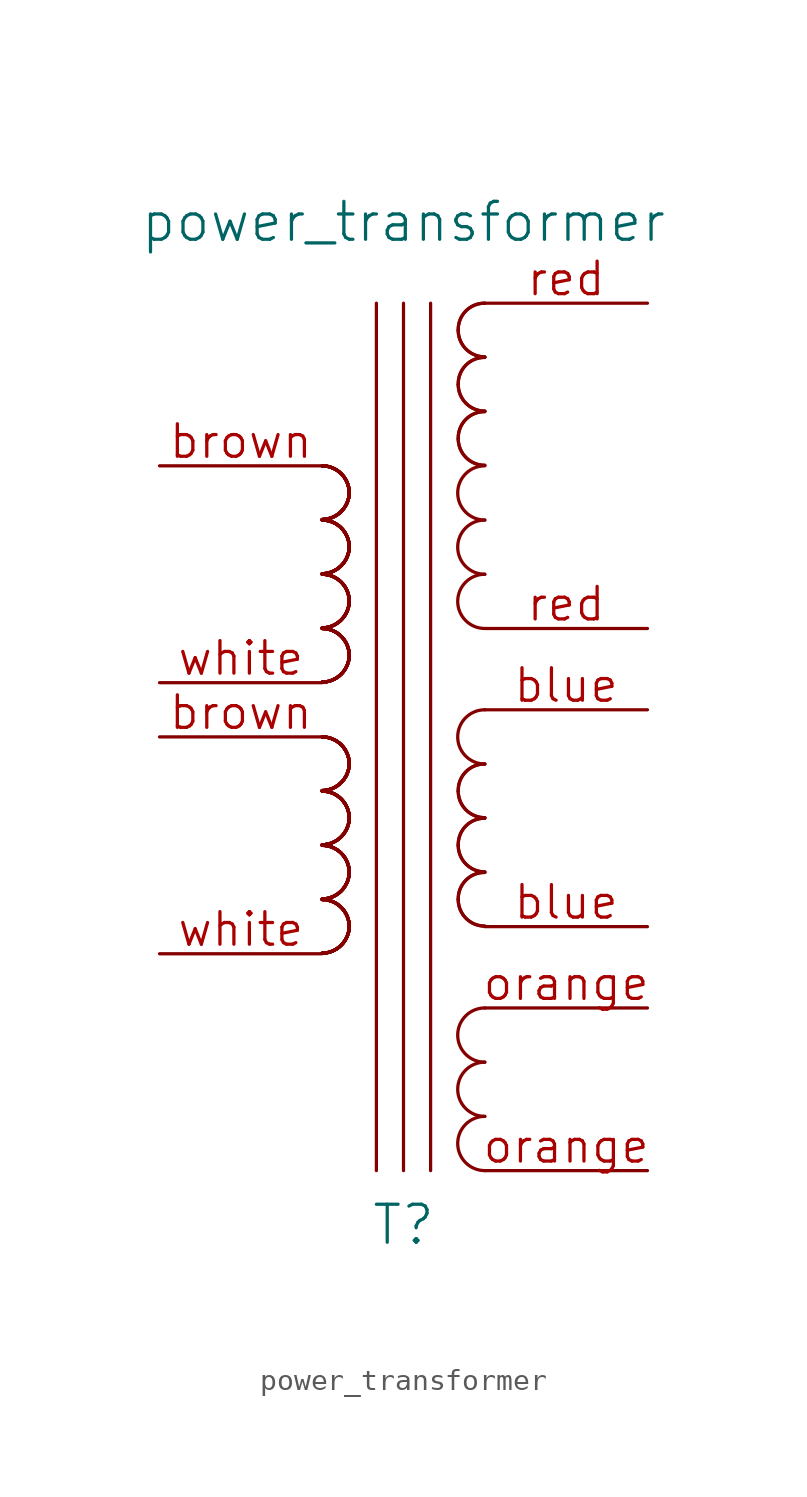
<source format=kicad_sym>
(kicad_symbol_lib
  (version 20211014)
  (generator kicad_symbol_editor)
  (symbol "power_transformer"
    (pin_names
      (offset 1.016) hide)
    (property "Reference" "T"
      (at -1.27 -25.4 0)
      (effects (font (size 1.778 1.778))))
    (property "Value" "power_transformer"
      (at -1.27 21.59 0)
      (effects (font (size 1.778 1.778))))
    (property "Footprint" ""
      (at -1.27 0 0)
      (effects (font (size 1.524 1.524))))
    (property "Datasheet" ""
      (at -1.27 0 0)
      (effects (font (size 1.524 1.524))))
    (symbol "power_transformer_0_1"
      (arc (start -5.08 0.0254) (mid -4.1999 0.3899) (end -3.81 1.27) (stroke (width 0) (type default) (color 0 0 0 0)) (fill (type none)))
      (arc (start -5.08 0.0254) (mid -4.1999 0.3899) (end -3.81 1.27) (stroke (width 0) (type default) (color 0 0 0 0)) (fill (type none)))
      (arc (start -5.08 0.0254) (mid -4.1999 0.3899) (end -3.81 1.27) (stroke (width 0) (type default) (color 0 0 0 0)) (fill (type none)))
      (arc (start -5.08 0.0254) (mid -4.1999 0.3899) (end -3.81 1.27) (stroke (width 0) (type default) (color 0 0 0 0)) (fill (type none)))
      (arc (start -5.08 0.0254) (mid -4.1999 0.3899) (end -3.81 1.27) (stroke (width 0) (type default) (color 0 0 0 0)) (fill (type none)))
      (arc (start -5.08 0.0254) (mid -4.1999 0.3899) (end -3.81 1.27) (stroke (width 0) (type default) (color 0 0 0 0)) (fill (type none)))
      (arc (start -5.08 0.0254) (mid -4.1999 0.3899) (end -3.81 1.27) (stroke (width 0) (type default) (color 0 0 0 0)) (fill (type none)))
      (arc (start -5.08 0.0254) (mid -4.1999 0.3899) (end -3.81 1.27) (stroke (width 0) (type default) (color 0 0 0 0)) (fill (type none)))
      (arc (start -5.08 2.5654) (mid -4.1999 2.9299) (end -3.81 3.81) (stroke (width 0) (type default) (color 0 0 0 0)) (fill (type none)))
      (arc (start -5.08 2.5654) (mid -4.1999 2.9299) (end -3.81 3.81) (stroke (width 0) (type default) (color 0 0 0 0)) (fill (type none)))
      (arc (start -5.08 2.5654) (mid -4.1999 2.9299) (end -3.81 3.81) (stroke (width 0) (type default) (color 0 0 0 0)) (fill (type none)))
      (arc (start -5.08 2.5654) (mid -4.1999 2.9299) (end -3.81 3.81) (stroke (width 0) (type default) (color 0 0 0 0)) (fill (type none)))
      (arc (start -5.08 2.5654) (mid -4.1999 2.9299) (end -3.81 3.81) (stroke (width 0) (type default) (color 0 0 0 0)) (fill (type none)))
      (arc (start -5.08 2.5654) (mid -4.1999 2.9299) (end -3.81 3.81) (stroke (width 0) (type default) (color 0 0 0 0)) (fill (type none)))
      (arc (start -5.08 2.5654) (mid -4.1999 2.9299) (end -3.81 3.81) (stroke (width 0) (type default) (color 0 0 0 0)) (fill (type none)))
      (arc (start -5.08 2.5654) (mid -4.1999 2.9299) (end -3.81 3.81) (stroke (width 0) (type default) (color 0 0 0 0)) (fill (type none)))
      (arc (start -5.08 5.1054) (mid -4.1999 5.4699) (end -3.81 6.35) (stroke (width 0) (type default) (color 0 0 0 0)) (fill (type none)))
      (arc (start -5.08 5.1054) (mid -4.1999 5.4699) (end -3.81 6.35) (stroke (width 0) (type default) (color 0 0 0 0)) (fill (type none)))
      (arc (start -5.08 5.1054) (mid -4.1999 5.4699) (end -3.81 6.35) (stroke (width 0) (type default) (color 0 0 0 0)) (fill (type none)))
      (arc (start -5.08 5.1054) (mid -4.1999 5.4699) (end -3.81 6.35) (stroke (width 0) (type default) (color 0 0 0 0)) (fill (type none)))
      (arc (start -5.08 5.1054) (mid -4.1999 5.4699) (end -3.81 6.35) (stroke (width 0) (type default) (color 0 0 0 0)) (fill (type none)))
      (arc (start -5.08 5.1054) (mid -4.1999 5.4699) (end -3.81 6.35) (stroke (width 0) (type default) (color 0 0 0 0)) (fill (type none)))
      (arc (start -5.08 5.1054) (mid -4.1999 5.4699) (end -3.81 6.35) (stroke (width 0) (type default) (color 0 0 0 0)) (fill (type none)))
      (arc (start -5.08 5.1054) (mid -4.1999 5.4699) (end -3.81 6.35) (stroke (width 0) (type default) (color 0 0 0 0)) (fill (type none)))
      (arc (start -5.08 7.6454) (mid -4.1999 8.0099) (end -3.81 8.89) (stroke (width 0) (type default) (color 0 0 0 0)) (fill (type none)))
      (arc (start -5.08 7.6454) (mid -4.1999 8.0099) (end -3.81 8.89) (stroke (width 0) (type default) (color 0 0 0 0)) (fill (type none)))
      (arc (start -5.08 7.6454) (mid -4.1999 8.0099) (end -3.81 8.89) (stroke (width 0) (type default) (color 0 0 0 0)) (fill (type none)))
      (arc (start -5.08 7.6454) (mid -4.1999 8.0099) (end -3.81 8.89) (stroke (width 0) (type default) (color 0 0 0 0)) (fill (type none)))
      (arc (start -5.08 7.6454) (mid -4.1999 8.0099) (end -3.81 8.89) (stroke (width 0) (type default) (color 0 0 0 0)) (fill (type none)))
      (arc (start -5.08 7.6454) (mid -4.1999 8.0099) (end -3.81 8.89) (stroke (width 0) (type default) (color 0 0 0 0)) (fill (type none)))
      (arc (start -5.08 7.6454) (mid -4.1999 8.0099) (end -3.81 8.89) (stroke (width 0) (type default) (color 0 0 0 0)) (fill (type none)))
      (arc (start -5.08 7.6454) (mid -4.1999 8.0099) (end -3.81 8.89) (stroke (width 0) (type default) (color 0 0 0 0)) (fill (type none)))
      (arc (start -3.81 1.27) (mid -4.182 2.168) (end -5.08 2.54) (stroke (width 0) (type default) (color 0 0 0 0)) (fill (type none)))
      (arc (start -3.81 1.27) (mid -4.182 2.168) (end -5.08 2.54) (stroke (width 0) (type default) (color 0 0 0 0)) (fill (type none)))
      (arc (start -3.81 1.27) (mid -4.182 2.168) (end -5.08 2.54) (stroke (width 0) (type default) (color 0 0 0 0)) (fill (type none)))
      (arc (start -3.81 1.27) (mid -4.182 2.168) (end -5.08 2.54) (stroke (width 0) (type default) (color 0 0 0 0)) (fill (type none)))
      (arc (start -3.81 1.27) (mid -4.182 2.168) (end -5.08 2.54) (stroke (width 0) (type default) (color 0 0 0 0)) (fill (type none)))
      (arc (start -3.81 1.27) (mid -4.182 2.168) (end -5.08 2.54) (stroke (width 0) (type default) (color 0 0 0 0)) (fill (type none)))
      (arc (start -3.81 1.27) (mid -4.182 2.168) (end -5.08 2.54) (stroke (width 0) (type default) (color 0 0 0 0)) (fill (type none)))
      (arc (start -3.81 1.27) (mid -4.182 2.168) (end -5.08 2.54) (stroke (width 0) (type default) (color 0 0 0 0)) (fill (type none)))
      (arc (start -3.81 3.81) (mid -4.182 4.708) (end -5.08 5.08) (stroke (width 0) (type default) (color 0 0 0 0)) (fill (type none)))
      (arc (start -3.81 3.81) (mid -4.182 4.708) (end -5.08 5.08) (stroke (width 0) (type default) (color 0 0 0 0)) (fill (type none)))
      (arc (start -3.81 3.81) (mid -4.182 4.708) (end -5.08 5.08) (stroke (width 0) (type default) (color 0 0 0 0)) (fill (type none)))
      (arc (start -3.81 3.81) (mid -4.182 4.708) (end -5.08 5.08) (stroke (width 0) (type default) (color 0 0 0 0)) (fill (type none)))
      (arc (start -3.81 3.81) (mid -4.182 4.708) (end -5.08 5.08) (stroke (width 0) (type default) (color 0 0 0 0)) (fill (type none)))
      (arc (start -3.81 3.81) (mid -4.182 4.708) (end -5.08 5.08) (stroke (width 0) (type default) (color 0 0 0 0)) (fill (type none)))
      (arc (start -3.81 3.81) (mid -4.182 4.708) (end -5.08 5.08) (stroke (width 0) (type default) (color 0 0 0 0)) (fill (type none)))
      (arc (start -3.81 3.81) (mid -4.182 4.708) (end -5.08 5.08) (stroke (width 0) (type default) (color 0 0 0 0)) (fill (type none)))
      (arc (start -3.81 6.35) (mid -4.182 7.248) (end -5.08 7.62) (stroke (width 0) (type default) (color 0 0 0 0)) (fill (type none)))
      (arc (start -3.81 6.35) (mid -4.182 7.248) (end -5.08 7.62) (stroke (width 0) (type default) (color 0 0 0 0)) (fill (type none)))
      (arc (start -3.81 6.35) (mid -4.182 7.248) (end -5.08 7.62) (stroke (width 0) (type default) (color 0 0 0 0)) (fill (type none)))
      (arc (start -3.81 6.35) (mid -4.182 7.248) (end -5.08 7.62) (stroke (width 0) (type default) (color 0 0 0 0)) (fill (type none)))
      (arc (start -3.81 6.35) (mid -4.182 7.248) (end -5.08 7.62) (stroke (width 0) (type default) (color 0 0 0 0)) (fill (type none)))
      (arc (start -3.81 6.35) (mid -4.182 7.248) (end -5.08 7.62) (stroke (width 0) (type default) (color 0 0 0 0)) (fill (type none)))
      (arc (start -3.81 6.35) (mid -4.182 7.248) (end -5.08 7.62) (stroke (width 0) (type default) (color 0 0 0 0)) (fill (type none)))
      (arc (start -3.81 6.35) (mid -4.182 7.248) (end -5.08 7.62) (stroke (width 0) (type default) (color 0 0 0 0)) (fill (type none)))
      (arc (start -3.81 8.89) (mid -4.182 9.788) (end -5.08 10.16) (stroke (width 0) (type default) (color 0 0 0 0)) (fill (type none)))
      (arc (start -3.81 8.89) (mid -4.182 9.788) (end -5.08 10.16) (stroke (width 0) (type default) (color 0 0 0 0)) (fill (type none)))
      (arc (start -3.81 8.89) (mid -4.182 9.788) (end -5.08 10.16) (stroke (width 0) (type default) (color 0 0 0 0)) (fill (type none)))
      (arc (start -3.81 8.89) (mid -4.182 9.788) (end -5.08 10.16) (stroke (width 0) (type default) (color 0 0 0 0)) (fill (type none)))
      (arc (start -3.81 8.89) (mid -4.182 9.788) (end -5.08 10.16) (stroke (width 0) (type default) (color 0 0 0 0)) (fill (type none)))
      (arc (start -3.81 8.89) (mid -4.182 9.788) (end -5.08 10.16) (stroke (width 0) (type default) (color 0 0 0 0)) (fill (type none)))
      (arc (start -3.81 8.89) (mid -4.182 9.788) (end -5.08 10.16) (stroke (width 0) (type default) (color 0 0 0 0)) (fill (type none)))
      (arc (start -3.81 8.89) (mid -4.182 9.788) (end -5.08 10.16) (stroke (width 0) (type default) (color 0 0 0 0)) (fill (type none)))
      (polyline (pts (xy -2.54 17.78) (xy -2.54 -22.86)) (stroke (width 0) (type default) (color 0 0 0 0)) (fill (type none)))
      (polyline (pts (xy -1.27 -22.86) (xy -1.27 17.78)) (stroke (width 0) (type default) (color 0 0 0 0)) (fill (type none)))
      (polyline (pts (xy 0 17.78) (xy 0 -22.86)) (stroke (width 0) (type default) (color 0 0 0 0)) (fill (type none)))
      (arc (start 1.2954 -10.16) (mid 1.6599 -11.0401) (end 2.54 -11.4046) (stroke (width 0) (type default) (color 0 0 0 0)) (fill (type none)))
      (arc (start 1.2954 -10.16) (mid 1.6599 -11.0401) (end 2.54 -11.4046) (stroke (width 0) (type default) (color 0 0 0 0)) (fill (type none)))
      (arc (start 1.2954 -7.62) (mid 1.6599 -8.5001) (end 2.54 -8.8646) (stroke (width 0) (type default) (color 0 0 0 0)) (fill (type none)))
      (arc (start 1.2954 -7.62) (mid 1.6599 -8.5001) (end 2.54 -8.8646) (stroke (width 0) (type default) (color 0 0 0 0)) (fill (type none)))
      (arc (start 1.2954 -5.08) (mid 1.6599 -5.9601) (end 2.54 -6.3246) (stroke (width 0) (type default) (color 0 0 0 0)) (fill (type none)))
      (arc (start 1.2954 -5.08) (mid 1.6599 -5.9601) (end 2.54 -6.3246) (stroke (width 0) (type default) (color 0 0 0 0)) (fill (type none)))
      (arc (start 1.2954 11.43) (mid 1.6599 10.5499) (end 2.54 10.1854) (stroke (width 0) (type default) (color 0 0 0 0)) (fill (type none)))
      (arc (start 1.2954 11.43) (mid 1.6599 10.5499) (end 2.54 10.1854) (stroke (width 0) (type default) (color 0 0 0 0)) (fill (type none)))
      (arc (start 1.2954 13.97) (mid 1.6599 13.0899) (end 2.54 12.7254) (stroke (width 0) (type default) (color 0 0 0 0)) (fill (type none)))
      (arc (start 1.2954 13.97) (mid 1.6599 13.0899) (end 2.54 12.7254) (stroke (width 0) (type default) (color 0 0 0 0)) (fill (type none)))
      (arc (start 1.2954 16.51) (mid 1.6599 15.6299) (end 2.54 15.2654) (stroke (width 0) (type default) (color 0 0 0 0)) (fill (type none)))
      (arc (start 1.2954 16.51) (mid 1.6599 15.6299) (end 2.54 15.2654) (stroke (width 0) (type default) (color 0 0 0 0)) (fill (type none)))
      (arc (start 2.54 -20.32) (mid 1.27 -21.59) (end 2.54 -22.86) (stroke (width 0) (type default) (color 0 0 0 0)) (fill (type none)))
      (arc (start 2.54 -17.78) (mid 1.27 -19.05) (end 2.54 -20.32) (stroke (width 0) (type default) (color 0 0 0 0)) (fill (type none)))
      (arc (start 2.54 -15.24) (mid 1.27 -16.51) (end 2.54 -17.78) (stroke (width 0) (type default) (color 0 0 0 0)) (fill (type none)))
      (arc (start 2.54 -8.89) (mid 1.642 -9.262) (end 1.2954 -10.16) (stroke (width 0) (type default) (color 0 0 0 0)) (fill (type none)))
      (arc (start 2.54 -8.89) (mid 1.642 -9.262) (end 1.2954 -10.16) (stroke (width 0) (type default) (color 0 0 0 0)) (fill (type none)))
      (arc (start 2.54 -6.35) (mid 1.642 -6.722) (end 1.2954 -7.62) (stroke (width 0) (type default) (color 0 0 0 0)) (fill (type none)))
      (arc (start 2.54 -6.35) (mid 1.642 -6.722) (end 1.2954 -7.62) (stroke (width 0) (type default) (color 0 0 0 0)) (fill (type none)))
      (arc (start 2.54 -3.81) (mid 1.642 -4.182) (end 1.2954 -5.08) (stroke (width 0) (type default) (color 0 0 0 0)) (fill (type none)))
      (arc (start 2.54 -3.81) (mid 1.642 -4.182) (end 1.2954 -5.08) (stroke (width 0) (type default) (color 0 0 0 0)) (fill (type none)))
      (arc (start 2.54 -1.27) (mid 1.27 -2.54) (end 2.54 -3.81) (stroke (width 0) (type default) (color 0 0 0 0)) (fill (type none)))
      (arc (start 2.54 5.08) (mid 1.27 3.81) (end 2.54 2.54) (stroke (width 0) (type default) (color 0 0 0 0)) (fill (type none)))
      (arc (start 2.54 7.62) (mid 1.27 6.35) (end 2.54 5.08) (stroke (width 0) (type default) (color 0 0 0 0)) (fill (type none)))
      (arc (start 2.54 10.16) (mid 1.27 8.89) (end 2.54 7.62) (stroke (width 0) (type default) (color 0 0 0 0)) (fill (type none)))
      (arc (start 2.54 12.7) (mid 1.642 12.328) (end 1.2954 11.43) (stroke (width 0) (type default) (color 0 0 0 0)) (fill (type none)))
      (arc (start 2.54 12.7) (mid 1.642 12.328) (end 1.2954 11.43) (stroke (width 0) (type default) (color 0 0 0 0)) (fill (type none)))
      (arc (start 2.54 15.24) (mid 1.642 14.868) (end 1.2954 13.97) (stroke (width 0) (type default) (color 0 0 0 0)) (fill (type none)))
      (arc (start 2.54 15.24) (mid 1.642 14.868) (end 1.2954 13.97) (stroke (width 0) (type default) (color 0 0 0 0)) (fill (type none)))
      (arc (start 2.54 17.78) (mid 1.642 17.408) (end 1.2954 16.51) (stroke (width 0) (type default) (color 0 0 0 0)) (fill (type none)))
      (arc (start 2.54 17.78) (mid 1.642 17.408) (end 1.2954 16.51) (stroke (width 0) (type default) (color 0 0 0 0)) (fill (type none))))
    (symbol "power_transformer_1_1"
      (arc (start -5.08 -12.6746) (mid -4.1999 -12.3101) (end -3.81 -11.43) (stroke (width 0) (type default) (color 0 0 0 0)) (fill (type none)))
      (arc (start -5.08 -12.6746) (mid -4.1999 -12.3101) (end -3.81 -11.43) (stroke (width 0) (type default) (color 0 0 0 0)) (fill (type none)))
      (arc (start -5.08 -12.6746) (mid -4.1999 -12.3101) (end -3.81 -11.43) (stroke (width 0) (type default) (color 0 0 0 0)) (fill (type none)))
      (arc (start -5.08 -12.6746) (mid -4.1999 -12.3101) (end -3.81 -11.43) (stroke (width 0) (type default) (color 0 0 0 0)) (fill (type none)))
      (arc (start -5.08 -12.6746) (mid -4.1999 -12.3101) (end -3.81 -11.43) (stroke (width 0) (type default) (color 0 0 0 0)) (fill (type none)))
      (arc (start -5.08 -12.6746) (mid -4.1999 -12.3101) (end -3.81 -11.43) (stroke (width 0) (type default) (color 0 0 0 0)) (fill (type none)))
      (arc (start -5.08 -12.6746) (mid -4.1999 -12.3101) (end -3.81 -11.43) (stroke (width 0) (type default) (color 0 0 0 0)) (fill (type none)))
      (arc (start -5.08 -12.6746) (mid -4.1999 -12.3101) (end -3.81 -11.43) (stroke (width 0) (type default) (color 0 0 0 0)) (fill (type none)))
      (arc (start -5.08 -10.1346) (mid -4.1999 -9.7701) (end -3.81 -8.89) (stroke (width 0) (type default) (color 0 0 0 0)) (fill (type none)))
      (arc (start -5.08 -10.1346) (mid -4.1999 -9.7701) (end -3.81 -8.89) (stroke (width 0) (type default) (color 0 0 0 0)) (fill (type none)))
      (arc (start -5.08 -10.1346) (mid -4.1999 -9.7701) (end -3.81 -8.89) (stroke (width 0) (type default) (color 0 0 0 0)) (fill (type none)))
      (arc (start -5.08 -10.1346) (mid -4.1999 -9.7701) (end -3.81 -8.89) (stroke (width 0) (type default) (color 0 0 0 0)) (fill (type none)))
      (arc (start -5.08 -10.1346) (mid -4.1999 -9.7701) (end -3.81 -8.89) (stroke (width 0) (type default) (color 0 0 0 0)) (fill (type none)))
      (arc (start -5.08 -10.1346) (mid -4.1999 -9.7701) (end -3.81 -8.89) (stroke (width 0) (type default) (color 0 0 0 0)) (fill (type none)))
      (arc (start -5.08 -10.1346) (mid -4.1999 -9.7701) (end -3.81 -8.89) (stroke (width 0) (type default) (color 0 0 0 0)) (fill (type none)))
      (arc (start -5.08 -10.1346) (mid -4.1999 -9.7701) (end -3.81 -8.89) (stroke (width 0) (type default) (color 0 0 0 0)) (fill (type none)))
      (arc (start -5.08 -7.5946) (mid -4.1999 -7.2301) (end -3.81 -6.35) (stroke (width 0) (type default) (color 0 0 0 0)) (fill (type none)))
      (arc (start -5.08 -7.5946) (mid -4.1999 -7.2301) (end -3.81 -6.35) (stroke (width 0) (type default) (color 0 0 0 0)) (fill (type none)))
      (arc (start -5.08 -7.5946) (mid -4.1999 -7.2301) (end -3.81 -6.35) (stroke (width 0) (type default) (color 0 0 0 0)) (fill (type none)))
      (arc (start -5.08 -7.5946) (mid -4.1999 -7.2301) (end -3.81 -6.35) (stroke (width 0) (type default) (color 0 0 0 0)) (fill (type none)))
      (arc (start -5.08 -7.5946) (mid -4.1999 -7.2301) (end -3.81 -6.35) (stroke (width 0) (type default) (color 0 0 0 0)) (fill (type none)))
      (arc (start -5.08 -7.5946) (mid -4.1999 -7.2301) (end -3.81 -6.35) (stroke (width 0) (type default) (color 0 0 0 0)) (fill (type none)))
      (arc (start -5.08 -7.5946) (mid -4.1999 -7.2301) (end -3.81 -6.35) (stroke (width 0) (type default) (color 0 0 0 0)) (fill (type none)))
      (arc (start -5.08 -7.5946) (mid -4.1999 -7.2301) (end -3.81 -6.35) (stroke (width 0) (type default) (color 0 0 0 0)) (fill (type none)))
      (arc (start -5.08 -5.0546) (mid -4.1999 -4.6901) (end -3.81 -3.81) (stroke (width 0) (type default) (color 0 0 0 0)) (fill (type none)))
      (arc (start -5.08 -5.0546) (mid -4.1999 -4.6901) (end -3.81 -3.81) (stroke (width 0) (type default) (color 0 0 0 0)) (fill (type none)))
      (arc (start -5.08 -5.0546) (mid -4.1999 -4.6901) (end -3.81 -3.81) (stroke (width 0) (type default) (color 0 0 0 0)) (fill (type none)))
      (arc (start -5.08 -5.0546) (mid -4.1999 -4.6901) (end -3.81 -3.81) (stroke (width 0) (type default) (color 0 0 0 0)) (fill (type none)))
      (arc (start -5.08 -5.0546) (mid -4.1999 -4.6901) (end -3.81 -3.81) (stroke (width 0) (type default) (color 0 0 0 0)) (fill (type none)))
      (arc (start -5.08 -5.0546) (mid -4.1999 -4.6901) (end -3.81 -3.81) (stroke (width 0) (type default) (color 0 0 0 0)) (fill (type none)))
      (arc (start -5.08 -5.0546) (mid -4.1999 -4.6901) (end -3.81 -3.81) (stroke (width 0) (type default) (color 0 0 0 0)) (fill (type none)))
      (arc (start -5.08 -5.0546) (mid -4.1999 -4.6901) (end -3.81 -3.81) (stroke (width 0) (type default) (color 0 0 0 0)) (fill (type none)))
      (arc (start -3.81 -11.43) (mid -4.182 -10.532) (end -5.08 -10.16) (stroke (width 0) (type default) (color 0 0 0 0)) (fill (type none)))
      (arc (start -3.81 -11.43) (mid -4.182 -10.532) (end -5.08 -10.16) (stroke (width 0) (type default) (color 0 0 0 0)) (fill (type none)))
      (arc (start -3.81 -11.43) (mid -4.182 -10.532) (end -5.08 -10.16) (stroke (width 0) (type default) (color 0 0 0 0)) (fill (type none)))
      (arc (start -3.81 -11.43) (mid -4.182 -10.532) (end -5.08 -10.16) (stroke (width 0) (type default) (color 0 0 0 0)) (fill (type none)))
      (arc (start -3.81 -11.43) (mid -4.182 -10.532) (end -5.08 -10.16) (stroke (width 0) (type default) (color 0 0 0 0)) (fill (type none)))
      (arc (start -3.81 -11.43) (mid -4.182 -10.532) (end -5.08 -10.16) (stroke (width 0) (type default) (color 0 0 0 0)) (fill (type none)))
      (arc (start -3.81 -11.43) (mid -4.182 -10.532) (end -5.08 -10.16) (stroke (width 0) (type default) (color 0 0 0 0)) (fill (type none)))
      (arc (start -3.81 -11.43) (mid -4.182 -10.532) (end -5.08 -10.16) (stroke (width 0) (type default) (color 0 0 0 0)) (fill (type none)))
      (arc (start -3.81 -8.89) (mid -4.182 -7.992) (end -5.08 -7.62) (stroke (width 0) (type default) (color 0 0 0 0)) (fill (type none)))
      (arc (start -3.81 -8.89) (mid -4.182 -7.992) (end -5.08 -7.62) (stroke (width 0) (type default) (color 0 0 0 0)) (fill (type none)))
      (arc (start -3.81 -8.89) (mid -4.182 -7.992) (end -5.08 -7.62) (stroke (width 0) (type default) (color 0 0 0 0)) (fill (type none)))
      (arc (start -3.81 -8.89) (mid -4.182 -7.992) (end -5.08 -7.62) (stroke (width 0) (type default) (color 0 0 0 0)) (fill (type none)))
      (arc (start -3.81 -8.89) (mid -4.182 -7.992) (end -5.08 -7.62) (stroke (width 0) (type default) (color 0 0 0 0)) (fill (type none)))
      (arc (start -3.81 -8.89) (mid -4.182 -7.992) (end -5.08 -7.62) (stroke (width 0) (type default) (color 0 0 0 0)) (fill (type none)))
      (arc (start -3.81 -8.89) (mid -4.182 -7.992) (end -5.08 -7.62) (stroke (width 0) (type default) (color 0 0 0 0)) (fill (type none)))
      (arc (start -3.81 -8.89) (mid -4.182 -7.992) (end -5.08 -7.62) (stroke (width 0) (type default) (color 0 0 0 0)) (fill (type none)))
      (arc (start -3.81 -6.35) (mid -4.182 -5.452) (end -5.08 -5.08) (stroke (width 0) (type default) (color 0 0 0 0)) (fill (type none)))
      (arc (start -3.81 -6.35) (mid -4.182 -5.452) (end -5.08 -5.08) (stroke (width 0) (type default) (color 0 0 0 0)) (fill (type none)))
      (arc (start -3.81 -6.35) (mid -4.182 -5.452) (end -5.08 -5.08) (stroke (width 0) (type default) (color 0 0 0 0)) (fill (type none)))
      (arc (start -3.81 -6.35) (mid -4.182 -5.452) (end -5.08 -5.08) (stroke (width 0) (type default) (color 0 0 0 0)) (fill (type none)))
      (arc (start -3.81 -6.35) (mid -4.182 -5.452) (end -5.08 -5.08) (stroke (width 0) (type default) (color 0 0 0 0)) (fill (type none)))
      (arc (start -3.81 -6.35) (mid -4.182 -5.452) (end -5.08 -5.08) (stroke (width 0) (type default) (color 0 0 0 0)) (fill (type none)))
      (arc (start -3.81 -6.35) (mid -4.182 -5.452) (end -5.08 -5.08) (stroke (width 0) (type default) (color 0 0 0 0)) (fill (type none)))
      (arc (start -3.81 -6.35) (mid -4.182 -5.452) (end -5.08 -5.08) (stroke (width 0) (type default) (color 0 0 0 0)) (fill (type none)))
      (arc (start -3.81 -3.81) (mid -4.182 -2.912) (end -5.08 -2.54) (stroke (width 0) (type default) (color 0 0 0 0)) (fill (type none)))
      (arc (start -3.81 -3.81) (mid -4.182 -2.912) (end -5.08 -2.54) (stroke (width 0) (type default) (color 0 0 0 0)) (fill (type none)))
      (arc (start -3.81 -3.81) (mid -4.182 -2.912) (end -5.08 -2.54) (stroke (width 0) (type default) (color 0 0 0 0)) (fill (type none)))
      (arc (start -3.81 -3.81) (mid -4.182 -2.912) (end -5.08 -2.54) (stroke (width 0) (type default) (color 0 0 0 0)) (fill (type none)))
      (arc (start -3.81 -3.81) (mid -4.182 -2.912) (end -5.08 -2.54) (stroke (width 0) (type default) (color 0 0 0 0)) (fill (type none)))
      (arc (start -3.81 -3.81) (mid -4.182 -2.912) (end -5.08 -2.54) (stroke (width 0) (type default) (color 0 0 0 0)) (fill (type none)))
      (arc (start -3.81 -3.81) (mid -4.182 -2.912) (end -5.08 -2.54) (stroke (width 0) (type default) (color 0 0 0 0)) (fill (type none)))
      (arc (start -3.81 -3.81) (mid -4.182 -2.912) (end -5.08 -2.54) (stroke (width 0) (type default) (color 0 0 0 0)) (fill (type none)))
      (pin passive line (at 10.16 -11.43 180) (length 7.62) (name "~" (effects (font (size 1.524 1.524)))) (number "blue" (effects (font (size 1.524 1.524)))))
      (pin passive line (at 10.16 -1.27 180) (length 7.62) (name "~" (effects (font (size 1.524 1.524)))) (number "blue" (effects (font (size 1.524 1.524)))))
      (pin passive line (at -12.7 10.16 0) (length 7.62) (name "brown" (effects (font (size 1.524 1.524)))) (number "brown" (effects (font (size 1.524 1.524)))))
      (pin passive line (at -12.7 -2.54 0) (length 7.62) (name "~" (effects (font (size 1.524 1.524)))) (number "brown" (effects (font (size 1.524 1.524)))))
      (pin passive line (at 10.16 -22.86 180) (length 7.62) (name "~" (effects (font (size 1.524 1.524)))) (number "orange" (effects (font (size 1.524 1.524)))))
      (pin passive line (at 10.16 -15.24 180) (length 7.62) (name "~" (effects (font (size 1.524 1.524)))) (number "orange" (effects (font (size 1.524 1.524)))))
      (pin passive line (at 10.16 2.54 180) (length 7.62) (name "~" (effects (font (size 1.524 1.524)))) (number "red" (effects (font (size 1.524 1.524)))))
      (pin passive line (at 10.16 17.78 180) (length 7.62) (name "~" (effects (font (size 1.524 1.524)))) (number "red" (effects (font (size 1.524 1.524)))))
      (pin passive line (at -12.7 -12.7 0) (length 7.62) (name "~" (effects (font (size 1.524 1.524)))) (number "white" (effects (font (size 1.524 1.524)))))
      (pin passive line (at -12.7 0 0) (length 7.62) (name "~" (effects (font (size 1.524 1.524)))) (number "white" (effects (font (size 1.524 1.524))))))))
</source>
